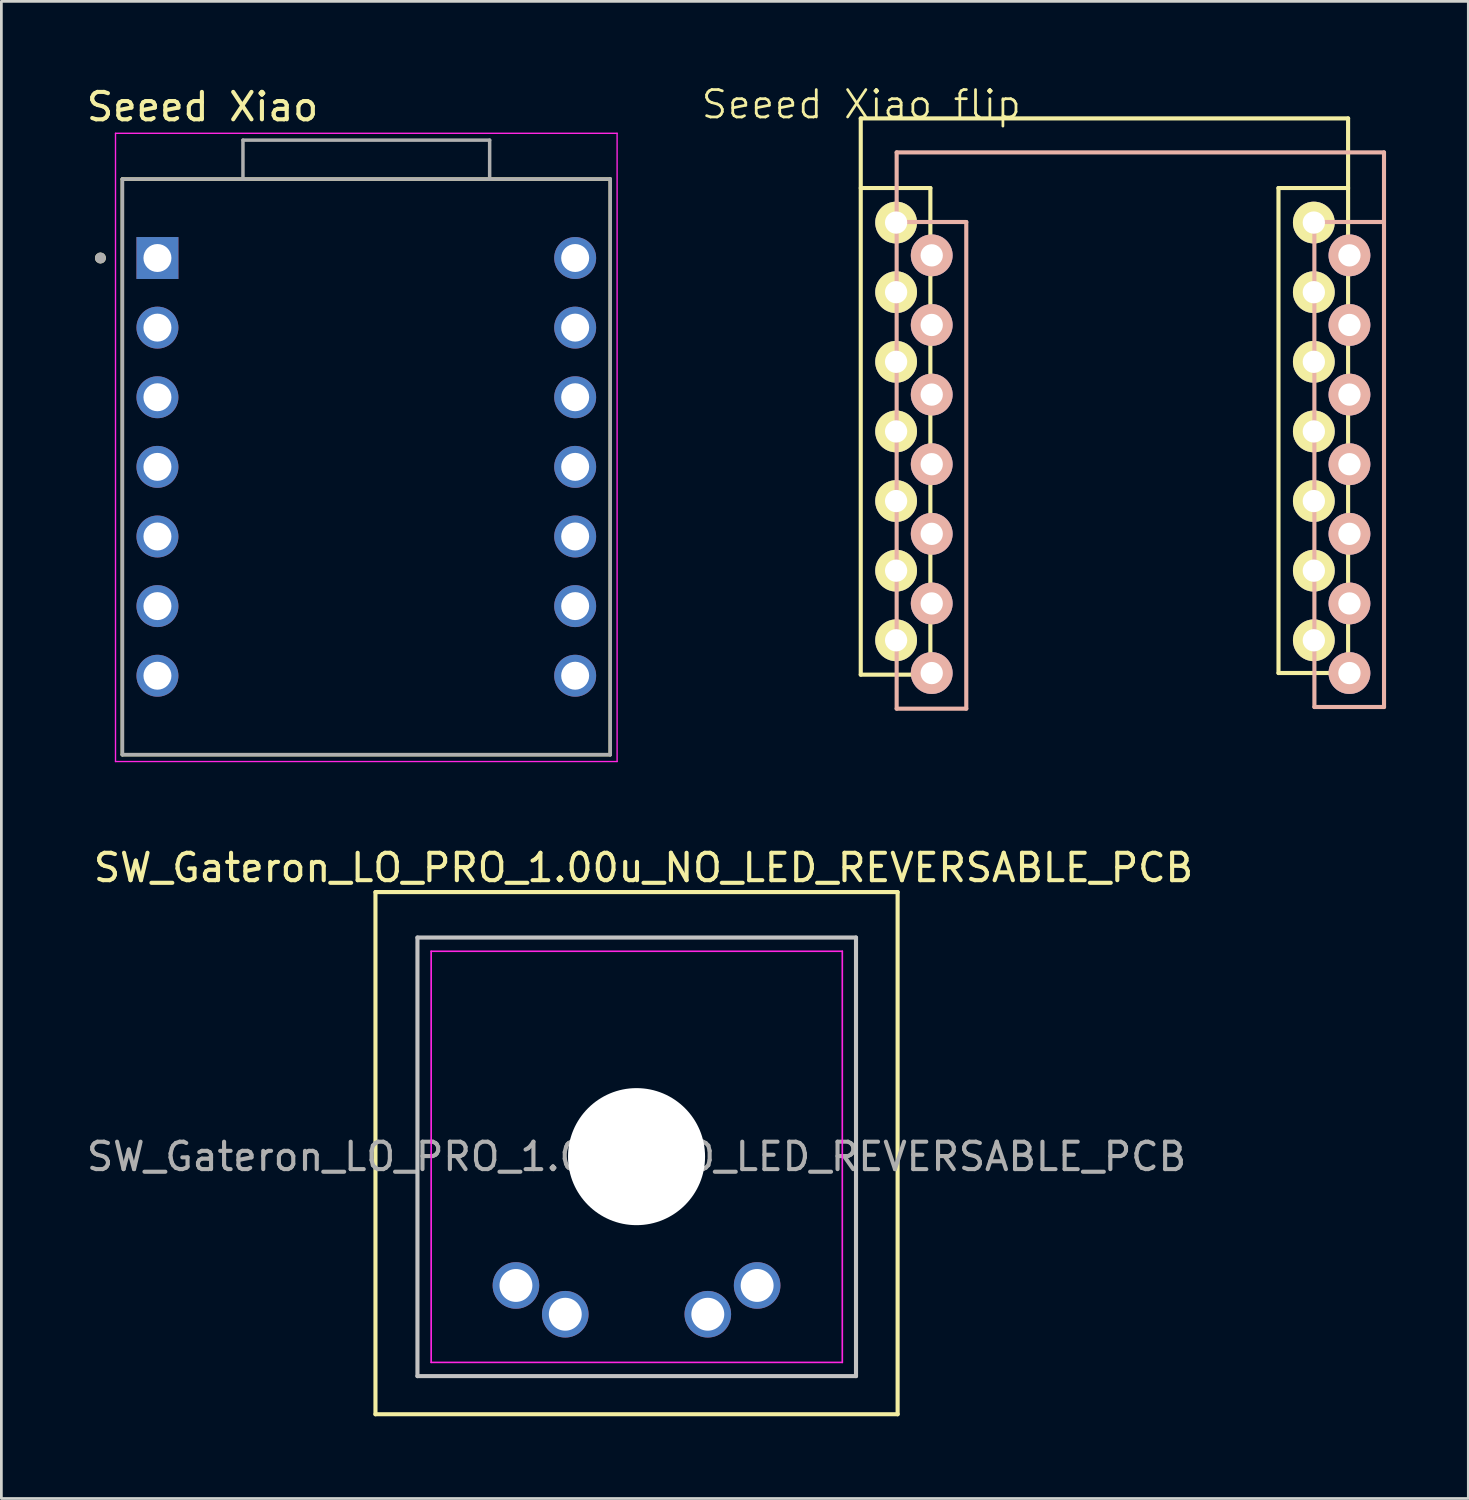
<source format=kicad_pcb>
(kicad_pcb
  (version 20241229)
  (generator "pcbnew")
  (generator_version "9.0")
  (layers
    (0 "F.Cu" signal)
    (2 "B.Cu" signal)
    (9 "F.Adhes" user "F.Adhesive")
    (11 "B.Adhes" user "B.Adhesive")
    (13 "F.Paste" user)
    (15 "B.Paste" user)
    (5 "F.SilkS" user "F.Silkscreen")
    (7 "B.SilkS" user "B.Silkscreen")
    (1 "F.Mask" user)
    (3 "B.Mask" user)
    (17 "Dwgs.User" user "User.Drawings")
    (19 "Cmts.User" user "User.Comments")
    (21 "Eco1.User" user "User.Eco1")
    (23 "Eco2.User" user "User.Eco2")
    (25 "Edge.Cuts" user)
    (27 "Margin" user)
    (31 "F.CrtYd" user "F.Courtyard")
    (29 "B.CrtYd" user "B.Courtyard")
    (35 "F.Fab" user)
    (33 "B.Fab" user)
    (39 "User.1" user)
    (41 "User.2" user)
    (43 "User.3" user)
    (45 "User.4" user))
  (footprint "SW_Gateron_LO_PRO_1.00u_NO_LED_REVERSABLE_PCB"
    (layer "F.Cu")
    (at 20.173 39.148)
    (property "Reference" "SW_Gateron_LO_PRO_1.00u_NO_LED_REVERSABLE_PCB" (at 0.254 -10.541 0) (layer "F.SilkS") (effects (font (size 1 1) (thickness 0.15))))
    (attr through_hole)
    (fp_line (start -9.525 -9.652) (end 9.525 -9.652) (stroke (width 0.15) (type solid)) (layer "F.SilkS"))
    (fp_line (start -9.525 9.398) (end -9.525 -9.652) (stroke (width 0.15) (type solid)) (layer "F.SilkS"))
    (fp_line (start 9.525 -9.652) (end 9.525 9.398) (stroke (width 0.15) (type solid)) (layer "F.SilkS"))
    (fp_line (start 9.525 9.398) (end -9.525 9.398) (stroke (width 0.15) (type solid)) (layer "F.SilkS"))
    (fp_line (start -7.993 8.007) (end -7.993 -7.993) (stroke (width 0.15) (type solid)) (layer "Dwgs.User"))
    (fp_line (start 8.007 -7.993) (end -7.993 -7.993) (stroke (width 0.15) (type solid)) (layer "Dwgs.User"))
    (fp_line (start 8.007 8.007) (end -7.993 8.007) (stroke (width 0.15) (type solid)) (layer "Dwgs.User"))
    (fp_line (start 8.007 8.007) (end 8.007 -7.993) (stroke (width 0.15) (type solid)) (layer "Dwgs.User"))
    (fp_line (start -7.493 -7.493) (end 7.507 -7.493) (stroke (width 0.06) (type solid)) (layer "F.CrtYd"))
    (fp_line (start -7.493 7.507) (end -7.493 -7.493) (stroke (width 0.06) (type solid)) (layer "F.CrtYd"))
    (fp_line (start 7.507 -7.493) (end 7.507 7.507) (stroke (width 0.06) (type solid)) (layer "F.CrtYd"))
    (fp_line (start 7.507 7.507) (end -7.493 7.507) (stroke (width 0.06) (type solid)) (layer "F.CrtYd"))
    (fp_text user "${REFERENCE}" (at 0 0 180) (layer "F.Fab") (effects (font (size 1 1) (thickness 0.15))))
    (pad "" np_thru_hole circle (at 0 0) (size 5 5) (drill 5) (layers "*.Cu" "*.Mask"))
    (pad "1" thru_hole circle (at -2.6 5.75) (size 1.7 1.7) (drill 1.2) (layers "*.Cu" "*.Mask"))
    (pad "1" thru_hole circle (at 2.6 5.75) (size 1.7 1.7) (drill 1.2) (layers "*.Cu" "*.Mask"))
    (pad "2" thru_hole circle (at -4.4 4.7 90) (size 1.7 1.7) (drill 1.2) (layers "*.Cu" "*.Mask"))
    (pad "2" thru_hole circle (at 4.4 4.7 90) (size 1.7 1.7) (drill 1.2) (layers "*.Cu" "*.Mask")))
  (footprint "Seeed Xiao"
    (layer "F.Cu")
    (at 10.314 13.983)
    (property "Reference" "Seeed Xiao" (at -5.975 -13.135 0) (layer "F.SilkS") (effects (font (size 1 1) (thickness 0.15))))
    (attr through_hole)
    (fp_line (start -8.9 -10.5) (end -8.9 10.5) (stroke (width 0.127) (type solid)) (layer "F.SilkS"))
    (fp_line (start -8.9 10.5) (end 8.9 10.5) (stroke (width 0.127) (type solid)) (layer "F.SilkS"))
    (fp_line (start 8.9 -10.5) (end -8.9 -10.5) (stroke (width 0.127) (type solid)) (layer "F.SilkS"))
    (fp_line (start 8.9 10.5) (end 8.9 -10.5) (stroke (width 0.127) (type solid)) (layer "F.SilkS"))
    (fp_circle (center -9.7 -7.62) (end -9.6 -7.62) (stroke (width 0.2) (type solid)) (fill no) (layer "F.SilkS"))
    (fp_line (start -9.15 -12.17) (end 9.15 -12.17) (stroke (width 0.05) (type solid)) (layer "F.CrtYd"))
    (fp_line (start -9.15 10.75) (end -9.15 -12.17) (stroke (width 0.05) (type solid)) (layer "F.CrtYd"))
    (fp_line (start 9.15 -12.17) (end 9.15 10.75) (stroke (width 0.05) (type solid)) (layer "F.CrtYd"))
    (fp_line (start 9.15 10.75) (end -9.15 10.75) (stroke (width 0.05) (type solid)) (layer "F.CrtYd"))
    (fp_line (start -8.9 -10.5) (end -8.9 10.5) (stroke (width 0.127) (type solid)) (layer "F.Fab"))
    (fp_line (start -8.9 10.5) (end 8.9 10.5) (stroke (width 0.127) (type solid)) (layer "F.Fab"))
    (fp_line (start -4.5 -11.92) (end 4.5 -11.92) (stroke (width 0.127) (type solid)) (layer "F.Fab"))
    (fp_line (start -4.5 -10.5) (end -8.9 -10.5) (stroke (width 0.127) (type solid)) (layer "F.Fab"))
    (fp_line (start -4.5 -10.5) (end -4.5 -11.92) (stroke (width 0.127) (type solid)) (layer "F.Fab"))
    (fp_line (start 4.5 -11.92) (end 4.5 -10.5) (stroke (width 0.127) (type solid)) (layer "F.Fab"))
    (fp_line (start 4.5 -10.5) (end -4.5 -10.5) (stroke (width 0.127) (type solid)) (layer "F.Fab"))
    (fp_line (start 8.9 -10.5) (end 4.5 -10.5) (stroke (width 0.127) (type solid)) (layer "F.Fab"))
    (fp_line (start 8.9 -10.5) (end 8.9 10.5) (stroke (width 0.127) (type solid)) (layer "F.Fab"))
    (fp_circle (center -9.7 -7.62) (end -9.6 -7.62) (stroke (width 0.2) (type solid)) (fill no) (layer "F.Fab"))
    (pad "1" thru_hole rect (at -7.62 -7.62) (size 1.53 1.53) (drill 1.02) (layers "*.Cu" "*.Mask"))
    (pad "2" thru_hole circle (at -7.62 -5.08) (size 1.53 1.53) (drill 1.02) (layers "*.Cu" "*.Mask"))
    (pad "3" thru_hole circle (at -7.62 -2.54) (size 1.53 1.53) (drill 1.02) (layers "*.Cu" "*.Mask"))
    (pad "4" thru_hole circle (at -7.62 0) (size 1.53 1.53) (drill 1.02) (layers "*.Cu" "*.Mask"))
    (pad "5" thru_hole circle (at -7.62 2.54) (size 1.53 1.53) (drill 1.02) (layers "*.Cu" "*.Mask"))
    (pad "6" thru_hole circle (at -7.62 5.08) (size 1.53 1.53) (drill 1.02) (layers "*.Cu" "*.Mask"))
    (pad "7" thru_hole circle (at -7.62 7.62) (size 1.53 1.53) (drill 1.02) (layers "*.Cu" "*.Mask"))
    (pad "8" thru_hole circle (at 7.62 7.62) (size 1.53 1.53) (drill 1.02) (layers "*.Cu" "*.Mask"))
    (pad "9" thru_hole circle (at 7.62 5.08) (size 1.53 1.53) (drill 1.02) (layers "*.Cu" "*.Mask"))
    (pad "10" thru_hole circle (at 7.62 2.54) (size 1.53 1.53) (drill 1.02) (layers "*.Cu" "*.Mask"))
    (pad "11" thru_hole circle (at 7.62 0) (size 1.53 1.53) (drill 1.02) (layers "*.Cu" "*.Mask"))
    (pad "12" thru_hole circle (at 7.62 -2.54) (size 1.53 1.53) (drill 1.02) (layers "*.Cu" "*.Mask"))
    (pad "13" thru_hole circle (at 7.62 -5.08) (size 1.53 1.53) (drill 1.02) (layers "*.Cu" "*.Mask"))
    (pad "14" thru_hole circle (at 7.62 -7.62) (size 1.53 1.53) (drill 1.02) (layers "*.Cu" "*.Mask")))
  (footprint "Seeed Xiao flip"
    (layer "F.Cu")
    (at 28.373 1.26)
    (property "Reference" "Seeed Xiao flip" (at 0 -0.5 0) (unlocked yes) (layer "F.SilkS") (effects (font (size 1 1) (thickness 0.1))))
    (attr through_hole)
    (fp_line (start -0.02 0.01) (end -0.02 20.304) (stroke (width 0.15) (type solid)) (layer "F.SilkS"))
    (fp_line (start -0.02 20.304) (end 2.52 20.304) (stroke (width 0.15) (type solid)) (layer "F.SilkS"))
    (fp_line (start 2.52 2.55) (end -0.02 2.55) (stroke (width 0.15) (type solid)) (layer "F.SilkS"))
    (fp_line (start 2.52 20.304) (end 2.52 2.55) (stroke (width 0.15) (type solid)) (layer "F.SilkS"))
    (fp_line (start 15.22 2.55) (end 15.221 20.244) (stroke (width 0.15) (type solid)) (layer "F.SilkS"))
    (fp_line (start 15.221 20.244) (end 17.761 20.244) (stroke (width 0.15) (type solid)) (layer "F.SilkS"))
    (fp_line (start 17.76 0.01) (end -0.02 0.01) (stroke (width 0.15) (type solid)) (layer "F.SilkS"))
    (fp_line (start 17.76 2.55) (end 15.22 2.55) (stroke (width 0.15) (type solid)) (layer "F.SilkS"))
    (fp_line (start 17.761 20.244) (end 17.76 0.01) (stroke (width 0.15) (type solid)) (layer "F.SilkS"))
    (fp_line (start 1.29 1.25) (end 19.07 1.25) (stroke (width 0.15) (type solid)) (layer "B.SilkS"))
    (fp_line (start 1.29 3.79) (end 3.83 3.79) (stroke (width 0.15) (type solid)) (layer "B.SilkS"))
    (fp_line (start 1.29 21.544) (end 1.29 1.25) (stroke (width 0.15) (type solid)) (layer "B.SilkS"))
    (fp_line (start 3.83 3.79) (end 3.83 21.544) (stroke (width 0.15) (type solid)) (layer "B.SilkS"))
    (fp_line (start 3.83 21.544) (end 1.29 21.544) (stroke (width 0.15) (type solid)) (layer "B.SilkS"))
    (fp_line (start 16.53 3.79) (end 19.07 3.79) (stroke (width 0.15) (type solid)) (layer "B.SilkS"))
    (fp_line (start 16.531 21.484) (end 16.53 3.79) (stroke (width 0.15) (type solid)) (layer "B.SilkS"))
    (fp_line (start 19.07 1.25) (end 19.071 21.484) (stroke (width 0.15) (type solid)) (layer "B.SilkS"))
    (fp_line (start 19.071 21.484) (end 16.531 21.484) (stroke (width 0.15) (type solid)) (layer "B.SilkS"))
    (pad "1" thru_hole circle (at 1.27 3.81) (size 1.524 1.524) (drill 0.813) (layers "*.Cu" "*.Mask" "F.SilkS"))
    (pad "1" thru_hole circle (at 17.809 5.006 180) (size 1.524 1.524) (drill 0.813) (layers "*.Cu" "*.Mask" "B.SilkS"))
    (pad "2" thru_hole circle (at 1.27 6.35) (size 1.524 1.524) (drill 0.813) (layers "*.Cu" "*.Mask" "F.SilkS"))
    (pad "2" thru_hole circle (at 17.809 7.546 180) (size 1.524 1.524) (drill 0.813) (layers "*.Cu" "*.Mask" "B.SilkS"))
    (pad "3" thru_hole circle (at 1.27 8.89) (size 1.524 1.524) (drill 0.813) (layers "*.Cu" "*.Mask" "F.SilkS"))
    (pad "3" thru_hole circle (at 17.809 10.086 180) (size 1.524 1.524) (drill 0.813) (layers "*.Cu" "*.Mask" "B.SilkS"))
    (pad "4" thru_hole circle (at 1.27 11.43) (size 1.524 1.524) (drill 0.813) (layers "*.Cu" "*.Mask" "F.SilkS"))
    (pad "4" thru_hole circle (at 17.809 12.626 180) (size 1.524 1.524) (drill 0.813) (layers "*.Cu" "*.Mask" "B.SilkS"))
    (pad "5" thru_hole circle (at 1.27 13.97) (size 1.524 1.524) (drill 0.813) (layers "*.Cu" "*.Mask" "F.SilkS"))
    (pad "5" thru_hole circle (at 17.809 15.166 180) (size 1.524 1.524) (drill 0.813) (layers "*.Cu" "*.Mask" "B.SilkS"))
    (pad "6" thru_hole circle (at 1.27 16.51) (size 1.524 1.524) (drill 0.813) (layers "*.Cu" "*.Mask" "F.SilkS"))
    (pad "6" thru_hole circle (at 17.809 17.706 180) (size 1.524 1.524) (drill 0.813) (layers "*.Cu" "*.Mask" "B.SilkS"))
    (pad "7" thru_hole circle (at 1.27 19.05) (size 1.524 1.524) (drill 0.813) (layers "*.Cu" "*.Mask" "F.SilkS"))
    (pad "7" thru_hole circle (at 17.809 20.246 180) (size 1.524 1.524) (drill 0.813) (layers "*.Cu" "*.Mask" "B.SilkS"))
    (pad "8" thru_hole circle (at 2.569 20.246 180) (size 1.524 1.524) (drill 0.813) (layers "*.Cu" "*.Mask" "B.SilkS"))
    (pad "8" thru_hole circle (at 16.51 19.05) (size 1.524 1.524) (drill 0.813) (layers "*.Cu" "*.Mask" "F.SilkS"))
    (pad "9" thru_hole circle (at 2.569 17.706 180) (size 1.524 1.524) (drill 0.813) (layers "*.Cu" "*.Mask" "B.SilkS"))
    (pad "9" thru_hole circle (at 16.51 16.51) (size 1.524 1.524) (drill 0.813) (layers "*.Cu" "*.Mask" "F.SilkS"))
    (pad "10" thru_hole circle (at 2.569 15.166 180) (size 1.524 1.524) (drill 0.813) (layers "*.Cu" "*.Mask" "B.SilkS"))
    (pad "10" thru_hole circle (at 16.51 13.97) (size 1.524 1.524) (drill 0.813) (layers "*.Cu" "*.Mask" "F.SilkS"))
    (pad "11" thru_hole circle (at 2.569 12.626 180) (size 1.524 1.524) (drill 0.813) (layers "*.Cu" "*.Mask" "B.SilkS"))
    (pad "11" thru_hole circle (at 16.51 11.43) (size 1.524 1.524) (drill 0.813) (layers "*.Cu" "*.Mask" "F.SilkS"))
    (pad "12" thru_hole circle (at 2.569 10.086 180) (size 1.524 1.524) (drill 0.813) (layers "*.Cu" "*.Mask" "B.SilkS"))
    (pad "12" thru_hole circle (at 16.51 8.89) (size 1.524 1.524) (drill 0.813) (layers "*.Cu" "*.Mask" "F.SilkS"))
    (pad "13" thru_hole circle (at 2.569 7.546 180) (size 1.524 1.524) (drill 0.813) (layers "*.Cu" "*.Mask" "B.SilkS"))
    (pad "13" thru_hole circle (at 16.51 6.35) (size 1.524 1.524) (drill 0.813) (layers "*.Cu" "*.Mask" "F.SilkS"))
    (pad "14" thru_hole circle (at 2.569 5.006 180) (size 1.524 1.524) (drill 0.813) (layers "*.Cu" "*.Mask" "B.SilkS"))
    (pad "14" thru_hole circle (at 16.51 3.81) (size 1.524 1.524) (drill 0.813) (layers "*.Cu" "*.Mask" "F.SilkS")))
  (gr_rect
    (start -3 -3)
    (end 50.519 51.62)
    (stroke (width 0.1) (type default))
    (fill no)
    (layer "Edge.Cuts")))
</source>
